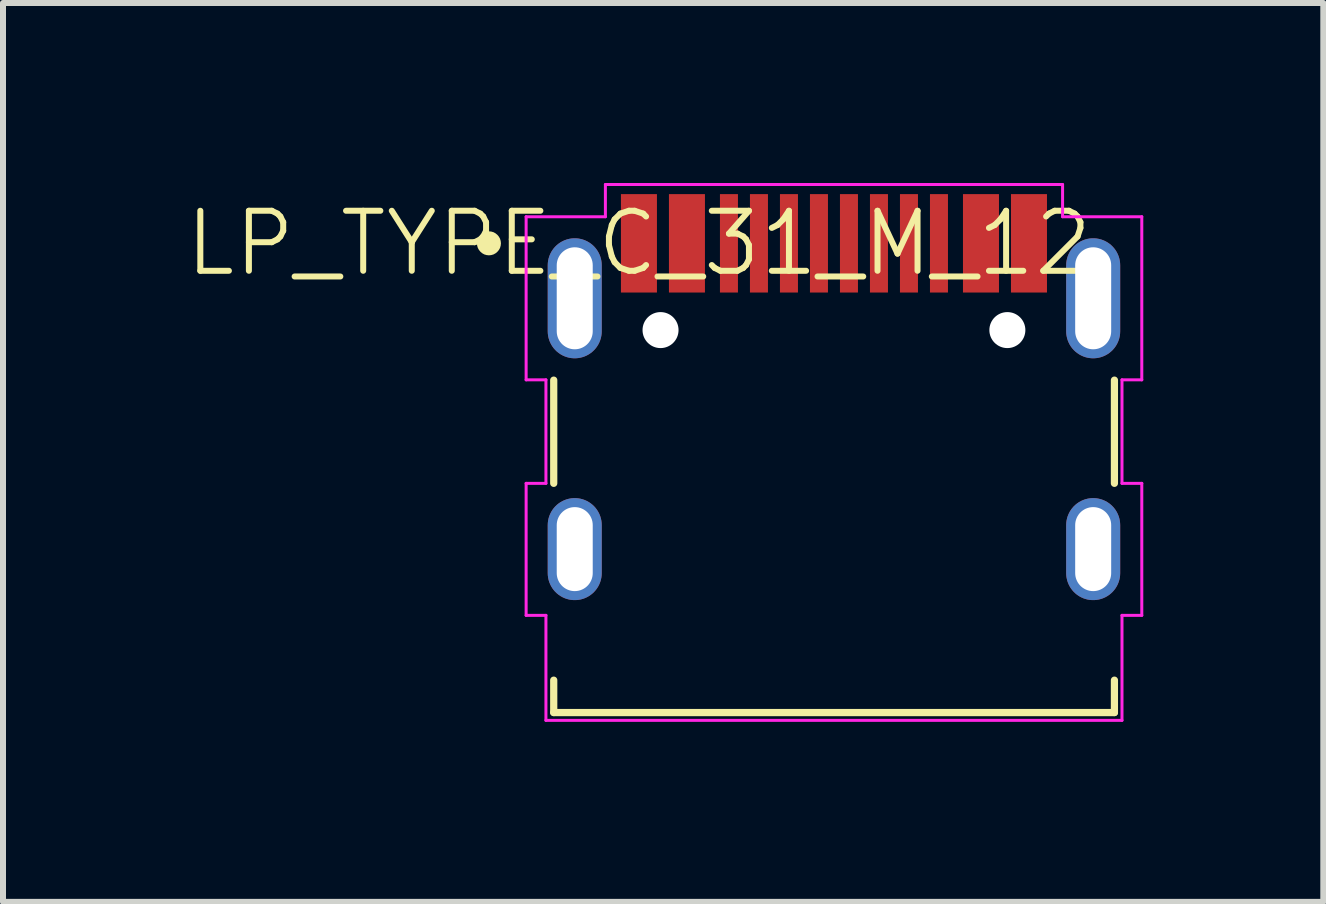
<source format=kicad_pcb>
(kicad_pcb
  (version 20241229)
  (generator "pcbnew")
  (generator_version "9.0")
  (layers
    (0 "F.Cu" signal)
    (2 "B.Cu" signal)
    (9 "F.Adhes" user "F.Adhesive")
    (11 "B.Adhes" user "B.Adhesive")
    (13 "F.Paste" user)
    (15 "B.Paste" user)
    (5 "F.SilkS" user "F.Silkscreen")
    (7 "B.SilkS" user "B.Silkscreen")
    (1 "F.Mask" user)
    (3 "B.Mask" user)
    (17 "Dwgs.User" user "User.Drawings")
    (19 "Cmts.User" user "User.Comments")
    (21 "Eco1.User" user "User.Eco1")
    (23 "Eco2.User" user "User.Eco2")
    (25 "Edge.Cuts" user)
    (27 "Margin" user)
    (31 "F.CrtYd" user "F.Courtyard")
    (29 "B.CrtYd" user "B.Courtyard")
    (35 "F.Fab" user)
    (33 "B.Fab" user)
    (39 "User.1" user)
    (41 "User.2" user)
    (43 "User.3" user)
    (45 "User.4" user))
  (footprint "LP_TYPE_C_31_M_12"
    (layer "F.Cu")
    (at 7.598 1.005)
    (property "Reference" "LP_TYPE_C_31_M_12" (at 0 0 0) (layer "F.SilkS") (effects (font (size 1 1) (thickness 0.1))))
    (fp_poly (pts (xy -0.35 0.87) (xy 0.35 0.87) (xy 0.35 -0.87) (xy -0.35 -0.87)) (stroke (width 0) (type solid)) (fill yes) (layer "F.Mask"))
    (fp_poly (pts (xy 0.45 0.87) (xy 1.15 0.87) (xy 1.15 -0.87) (xy 0.45 -0.87)) (stroke (width 0) (type solid)) (fill yes) (layer "F.Mask"))
    (fp_poly (pts (xy 1.3 0.87) (xy 1.7 0.87) (xy 1.7 -0.87) (xy 1.3 -0.87)) (stroke (width 0) (type solid)) (fill yes) (layer "F.Mask"))
    (fp_poly (pts (xy 1.8 0.87) (xy 2.2 0.87) (xy 2.2 -0.87) (xy 1.8 -0.87)) (stroke (width 0) (type solid)) (fill yes) (layer "F.Mask"))
    (fp_poly (pts (xy 2.3 0.87) (xy 2.7 0.87) (xy 2.7 -0.87) (xy 2.3 -0.87)) (stroke (width 0) (type solid)) (fill yes) (layer "F.Mask"))
    (fp_poly (pts (xy 2.8 0.87) (xy 3.2 0.87) (xy 3.2 -0.87) (xy 2.8 -0.87)) (stroke (width 0) (type solid)) (fill yes) (layer "F.Mask"))
    (fp_poly (pts (xy 3.3 0.87) (xy 3.7 0.87) (xy 3.7 -0.87) (xy 3.3 -0.87)) (stroke (width 0) (type solid)) (fill yes) (layer "F.Mask"))
    (fp_poly (pts (xy 3.8 0.87) (xy 4.2 0.87) (xy 4.2 -0.87) (xy 3.8 -0.87)) (stroke (width 0) (type solid)) (fill yes) (layer "F.Mask"))
    (fp_poly (pts (xy 4.3 0.87) (xy 4.7 0.87) (xy 4.7 -0.87) (xy 4.3 -0.87)) (stroke (width 0) (type solid)) (fill yes) (layer "F.Mask"))
    (fp_poly (pts (xy 4.8 0.87) (xy 5.2 0.87) (xy 5.2 -0.87) (xy 4.8 -0.87)) (stroke (width 0) (type solid)) (fill yes) (layer "F.Mask"))
    (fp_poly (pts (xy 5.35 0.87) (xy 6.05 0.87) (xy 6.05 -0.87) (xy 5.35 -0.87)) (stroke (width 0) (type solid)) (fill yes) (layer "F.Mask"))
    (fp_poly (pts (xy 6.15 0.87) (xy 6.85 0.87) (xy 6.85 -0.87) (xy 6.15 -0.87)) (stroke (width 0) (type solid)) (fill yes) (layer "F.Mask"))
    (fp_poly (pts (xy -0.57 0.366) (xy -0.58 0.268) (xy -0.608 0.175) (xy -0.654 0.088) (xy -0.716 0.012) (xy -0.792 -0.05) (xy -0.879 -0.096) (xy -0.972 -0.124) (xy -1.07 -0.134) (xy -1.168 -0.124) (xy -1.261 -0.096) (xy -1.348 -0.05) (xy -1.424 0.012) (xy -1.486 0.088) (xy -1.532 0.175) (xy -1.56 0.268) (xy -1.57 0.366) (xy -1.57 1.466) (xy -1.56 1.564) (xy -1.532 1.657) (xy -1.486 1.744) (xy -1.424 1.82) (xy -1.348 1.882) (xy -1.261 1.928) (xy -1.168 1.956) (xy -1.07 1.966) (xy -0.972 1.956) (xy -0.879 1.928) (xy -0.792 1.882) (xy -0.716 1.82) (xy -0.654 1.744) (xy -0.608 1.657) (xy -0.58 1.564) (xy -0.57 1.466)) (stroke (width 0) (type solid)) (fill yes) (layer "F.Mask"))
    (fp_poly (pts (xy -0.57 4.696) (xy -0.58 4.598) (xy -0.608 4.505) (xy -0.654 4.418) (xy -0.716 4.342) (xy -0.792 4.28) (xy -0.879 4.234) (xy -0.972 4.206) (xy -1.07 4.196) (xy -1.168 4.206) (xy -1.261 4.234) (xy -1.348 4.28) (xy -1.424 4.342) (xy -1.486 4.418) (xy -1.532 4.505) (xy -1.56 4.598) (xy -1.57 4.696) (xy -1.57 5.496) (xy -1.56 5.594) (xy -1.532 5.687) (xy -1.486 5.774) (xy -1.424 5.85) (xy -1.348 5.912) (xy -1.261 5.958) (xy -1.168 5.986) (xy -1.07 5.996) (xy -0.972 5.986) (xy -0.879 5.958) (xy -0.792 5.912) (xy -0.716 5.85) (xy -0.654 5.774) (xy -0.608 5.687) (xy -0.58 5.594) (xy -0.57 5.496)) (stroke (width 0) (type solid)) (fill yes) (layer "F.Mask"))
    (fp_poly (pts (xy 8.07 0.366) (xy 8.06 0.268) (xy 8.032 0.175) (xy 7.986 0.088) (xy 7.924 0.012) (xy 7.848 -0.05) (xy 7.761 -0.096) (xy 7.668 -0.124) (xy 7.57 -0.134) (xy 7.472 -0.124) (xy 7.379 -0.096) (xy 7.292 -0.05) (xy 7.216 0.012) (xy 7.154 0.088) (xy 7.108 0.175) (xy 7.08 0.268) (xy 7.07 0.366) (xy 7.07 1.466) (xy 7.08 1.564) (xy 7.108 1.657) (xy 7.154 1.744) (xy 7.216 1.82) (xy 7.292 1.882) (xy 7.379 1.928) (xy 7.472 1.956) (xy 7.57 1.966) (xy 7.668 1.956) (xy 7.761 1.928) (xy 7.848 1.882) (xy 7.924 1.82) (xy 7.986 1.744) (xy 8.032 1.657) (xy 8.06 1.564) (xy 8.07 1.466)) (stroke (width 0) (type solid)) (fill yes) (layer "F.Mask"))
    (fp_poly (pts (xy 8.07 4.696) (xy 8.06 4.598) (xy 8.032 4.505) (xy 7.986 4.418) (xy 7.924 4.342) (xy 7.848 4.28) (xy 7.761 4.234) (xy 7.668 4.206) (xy 7.57 4.196) (xy 7.472 4.206) (xy 7.379 4.234) (xy 7.292 4.28) (xy 7.216 4.342) (xy 7.154 4.418) (xy 7.108 4.505) (xy 7.08 4.598) (xy 7.07 4.696) (xy 7.07 5.496) (xy 7.08 5.594) (xy 7.108 5.687) (xy 7.154 5.774) (xy 7.216 5.85) (xy 7.292 5.912) (xy 7.379 5.958) (xy 7.472 5.986) (xy 7.57 5.996) (xy 7.668 5.986) (xy 7.761 5.958) (xy 7.848 5.912) (xy 7.924 5.85) (xy 7.986 5.774) (xy 8.032 5.687) (xy 8.06 5.594) (xy 8.07 5.496)) (stroke (width 0) (type solid)) (fill yes) (layer "F.Mask"))
    (fp_poly (pts (xy -0.57 0.366) (xy -0.58 0.268) (xy -0.608 0.175) (xy -0.654 0.088) (xy -0.716 0.012) (xy -0.792 -0.05) (xy -0.879 -0.096) (xy -0.972 -0.124) (xy -1.07 -0.134) (xy -1.168 -0.124) (xy -1.261 -0.096) (xy -1.348 -0.05) (xy -1.424 0.012) (xy -1.486 0.088) (xy -1.532 0.175) (xy -1.56 0.268) (xy -1.57 0.366) (xy -1.57 1.466) (xy -1.56 1.564) (xy -1.532 1.657) (xy -1.486 1.744) (xy -1.424 1.82) (xy -1.348 1.882) (xy -1.261 1.928) (xy -1.168 1.956) (xy -1.07 1.966) (xy -0.972 1.956) (xy -0.879 1.928) (xy -0.792 1.882) (xy -0.716 1.82) (xy -0.654 1.744) (xy -0.608 1.657) (xy -0.58 1.564) (xy -0.57 1.466)) (stroke (width 0) (type solid)) (fill yes) (layer "B.Mask"))
    (fp_poly (pts (xy -0.57 4.696) (xy -0.58 4.598) (xy -0.608 4.505) (xy -0.654 4.418) (xy -0.716 4.342) (xy -0.792 4.28) (xy -0.879 4.234) (xy -0.972 4.206) (xy -1.07 4.196) (xy -1.168 4.206) (xy -1.261 4.234) (xy -1.348 4.28) (xy -1.424 4.342) (xy -1.486 4.418) (xy -1.532 4.505) (xy -1.56 4.598) (xy -1.57 4.696) (xy -1.57 5.496) (xy -1.56 5.594) (xy -1.532 5.687) (xy -1.486 5.774) (xy -1.424 5.85) (xy -1.348 5.912) (xy -1.261 5.958) (xy -1.168 5.986) (xy -1.07 5.996) (xy -0.972 5.986) (xy -0.879 5.958) (xy -0.792 5.912) (xy -0.716 5.85) (xy -0.654 5.774) (xy -0.608 5.687) (xy -0.58 5.594) (xy -0.57 5.496)) (stroke (width 0) (type solid)) (fill yes) (layer "B.Mask"))
    (fp_poly (pts (xy 8.07 0.366) (xy 8.06 0.268) (xy 8.032 0.175) (xy 7.986 0.088) (xy 7.924 0.012) (xy 7.848 -0.05) (xy 7.761 -0.096) (xy 7.668 -0.124) (xy 7.57 -0.134) (xy 7.472 -0.124) (xy 7.379 -0.096) (xy 7.292 -0.05) (xy 7.216 0.012) (xy 7.154 0.088) (xy 7.108 0.175) (xy 7.08 0.268) (xy 7.07 0.366) (xy 7.07 1.466) (xy 7.08 1.564) (xy 7.108 1.657) (xy 7.154 1.744) (xy 7.216 1.82) (xy 7.292 1.882) (xy 7.379 1.928) (xy 7.472 1.956) (xy 7.57 1.966) (xy 7.668 1.956) (xy 7.761 1.928) (xy 7.848 1.882) (xy 7.924 1.82) (xy 7.986 1.744) (xy 8.032 1.657) (xy 8.06 1.564) (xy 8.07 1.466)) (stroke (width 0) (type solid)) (fill yes) (layer "B.Mask"))
    (fp_poly (pts (xy 8.07 4.696) (xy 8.06 4.598) (xy 8.032 4.505) (xy 7.986 4.418) (xy 7.924 4.342) (xy 7.848 4.28) (xy 7.761 4.234) (xy 7.668 4.206) (xy 7.57 4.196) (xy 7.472 4.206) (xy 7.379 4.234) (xy 7.292 4.28) (xy 7.216 4.342) (xy 7.154 4.418) (xy 7.108 4.505) (xy 7.08 4.598) (xy 7.07 4.696) (xy 7.07 5.496) (xy 7.08 5.594) (xy 7.108 5.687) (xy 7.154 5.774) (xy 7.216 5.85) (xy 7.292 5.912) (xy 7.379 5.958) (xy 7.472 5.986) (xy 7.57 5.996) (xy 7.668 5.986) (xy 7.761 5.958) (xy 7.848 5.912) (xy 7.924 5.85) (xy 7.986 5.774) (xy 8.032 5.687) (xy 8.06 5.594) (xy 8.07 5.496)) (stroke (width 0) (type solid)) (fill yes) (layer "B.Mask"))
    (fp_line (start -1.42 2.28) (end -1.42 4) (stroke (width 0.12) (type solid)) (layer "F.SilkS"))
    (fp_line (start -1.42 7.28) (end -1.42 7.82) (stroke (width 0.12) (type solid)) (layer "F.SilkS"))
    (fp_line (start -1.42 7.82) (end 7.924 7.82) (stroke (width 0.12) (type solid)) (layer "F.SilkS"))
    (fp_line (start 7.924 4) (end 7.924 2.28) (stroke (width 0.12) (type solid)) (layer "F.SilkS"))
    (fp_line (start 7.924 7.82) (end 7.924 7.28) (stroke (width 0.12) (type solid)) (layer "F.SilkS"))
    (fp_poly (pts (xy -2.3 0) (xy -2.304 -0.039) (xy -2.315 -0.077) (xy -2.334 -0.111) (xy -2.359 -0.141) (xy -2.389 -0.166) (xy -2.423 -0.185) (xy -2.461 -0.196) (xy -2.5 -0.2) (xy -2.539 -0.196) (xy -2.577 -0.185) (xy -2.611 -0.166) (xy -2.641 -0.141) (xy -2.666 -0.111) (xy -2.685 -0.077) (xy -2.696 -0.039) (xy -2.7 0) (xy -2.696 0.039) (xy -2.685 0.077) (xy -2.666 0.111) (xy -2.641 0.141) (xy -2.611 0.166) (xy -2.577 0.185) (xy -2.539 0.196) (xy -2.5 0.2) (xy -2.461 0.196) (xy -2.423 0.185) (xy -2.389 0.166) (xy -2.359 0.141) (xy -2.334 0.111) (xy -2.315 0.077) (xy -2.304 0.039)) (stroke (width 0) (type solid)) (fill yes) (layer "F.SilkS"))
    (fp_line (start -1.88 -0.443) (end -1.88 2.275) (stroke (width 0.05) (type solid)) (layer "F.CrtYd"))
    (fp_line (start -1.88 2.275) (end -1.55 2.275) (stroke (width 0.05) (type solid)) (layer "F.CrtYd"))
    (fp_line (start -1.88 4) (end -1.88 6.2) (stroke (width 0.05) (type solid)) (layer "F.CrtYd"))
    (fp_line (start -1.88 6.2) (end -1.55 6.2) (stroke (width 0.05) (type solid)) (layer "F.CrtYd"))
    (fp_line (start -1.55 2.275) (end -1.55 4) (stroke (width 0.05) (type solid)) (layer "F.CrtYd"))
    (fp_line (start -1.55 4) (end -1.88 4) (stroke (width 0.05) (type solid)) (layer "F.CrtYd"))
    (fp_line (start -1.55 6.2) (end -1.55 7.95) (stroke (width 0.05) (type solid)) (layer "F.CrtYd"))
    (fp_line (start -1.55 7.95) (end 8.05 7.95) (stroke (width 0.05) (type solid)) (layer "F.CrtYd"))
    (fp_line (start -0.559 -0.98) (end -0.559 -0.443) (stroke (width 0.05) (type solid)) (layer "F.CrtYd"))
    (fp_line (start -0.559 -0.443) (end -1.88 -0.443) (stroke (width 0.05) (type solid)) (layer "F.CrtYd"))
    (fp_line (start 7.06 -0.98) (end -0.559 -0.98) (stroke (width 0.05) (type solid)) (layer "F.CrtYd"))
    (fp_line (start 7.06 -0.443) (end 7.06 -0.98) (stroke (width 0.05) (type solid)) (layer "F.CrtYd"))
    (fp_line (start 8.05 2.275) (end 8.38 2.275) (stroke (width 0.05) (type solid)) (layer "F.CrtYd"))
    (fp_line (start 8.05 4) (end 8.05 2.275) (stroke (width 0.05) (type solid)) (layer "F.CrtYd"))
    (fp_line (start 8.05 6.2) (end 8.38 6.2) (stroke (width 0.05) (type solid)) (layer "F.CrtYd"))
    (fp_line (start 8.05 7.95) (end 8.05 6.2) (stroke (width 0.05) (type solid)) (layer "F.CrtYd"))
    (fp_line (start 8.38 -0.443) (end 7.06 -0.443) (stroke (width 0.05) (type solid)) (layer "F.CrtYd"))
    (fp_line (start 8.38 2.275) (end 8.38 -0.443) (stroke (width 0.05) (type solid)) (layer "F.CrtYd"))
    (fp_line (start 8.38 4) (end 8.05 4) (stroke (width 0.05) (type solid)) (layer "F.CrtYd"))
    (fp_line (start 8.38 6.2) (end 8.38 4) (stroke (width 0.05) (type solid)) (layer "F.CrtYd"))
    (pad "" np_thru_hole circle (at 0.36 1.446) (size 0.6 0.6) (drill 0.6) (layers "*.Cu" "*.Mask"))
    (pad "" np_thru_hole circle (at 6.14 1.446) (size 0.6 0.6) (drill 0.6) (layers "*.Cu" "*.Mask"))
    (pad "13" thru_hole oval (at -1.07 0.916 90) (size 2 0.9) (drill oval 1.7 0.6) (layers "*.Cu"))
    (pad "14" thru_hole oval (at 7.57 0.916 90) (size 2 0.9) (drill oval 1.7 0.6) (layers "*.Cu"))
    (pad "15" thru_hole oval (at -1.07 5.096 90) (size 1.7 0.9) (drill oval 1.4 0.6) (layers "*.Cu"))
    (pad "16" thru_hole oval (at 7.57 5.096 90) (size 1.7 0.9) (drill oval 1.4 0.6) (layers "*.Cu"))
    (pad "A1-B12" smd rect (at 0 0) (size 0.6 1.64) (layers "F.Cu" "F.Paste"))
    (pad "A4-B9" smd rect (at 0.8 0) (size 0.6 1.64) (layers "F.Cu" "F.Paste"))
    (pad "A5" smd rect (at 2 0) (size 0.3 1.64) (layers "F.Cu" "F.Paste"))
    (pad "A6" smd rect (at 3 0) (size 0.3 1.64) (layers "F.Cu" "F.Paste"))
    (pad "A7" smd rect (at 3.5 0) (size 0.3 1.64) (layers "F.Cu" "F.Paste"))
    (pad "A8" smd rect (at 4.5 0) (size 0.3 1.64) (layers "F.Cu" "F.Paste"))
    (pad "B1-A12" smd rect (at 6.5 0) (size 0.6 1.64) (layers "F.Cu" "F.Paste"))
    (pad "B4-A9" smd rect (at 5.7 0) (size 0.6 1.64) (layers "F.Cu" "F.Paste"))
    (pad "B5" smd rect (at 5 0) (size 0.3 1.64) (layers "F.Cu" "F.Paste"))
    (pad "B6" smd rect (at 4 0) (size 0.3 1.64) (layers "F.Cu" "F.Paste"))
    (pad "B7" smd rect (at 2.5 0) (size 0.3 1.64) (layers "F.Cu" "F.Paste"))
    (pad "B8" smd rect (at 1.5 0) (size 0.3 1.64) (layers "F.Cu" "F.Paste")))
  (gr_rect
    (start -3 -3)
    (end 19.003 11.98)
    (stroke (width 0.1) (type default))
    (fill no)
    (layer "Edge.Cuts")))
</source>
